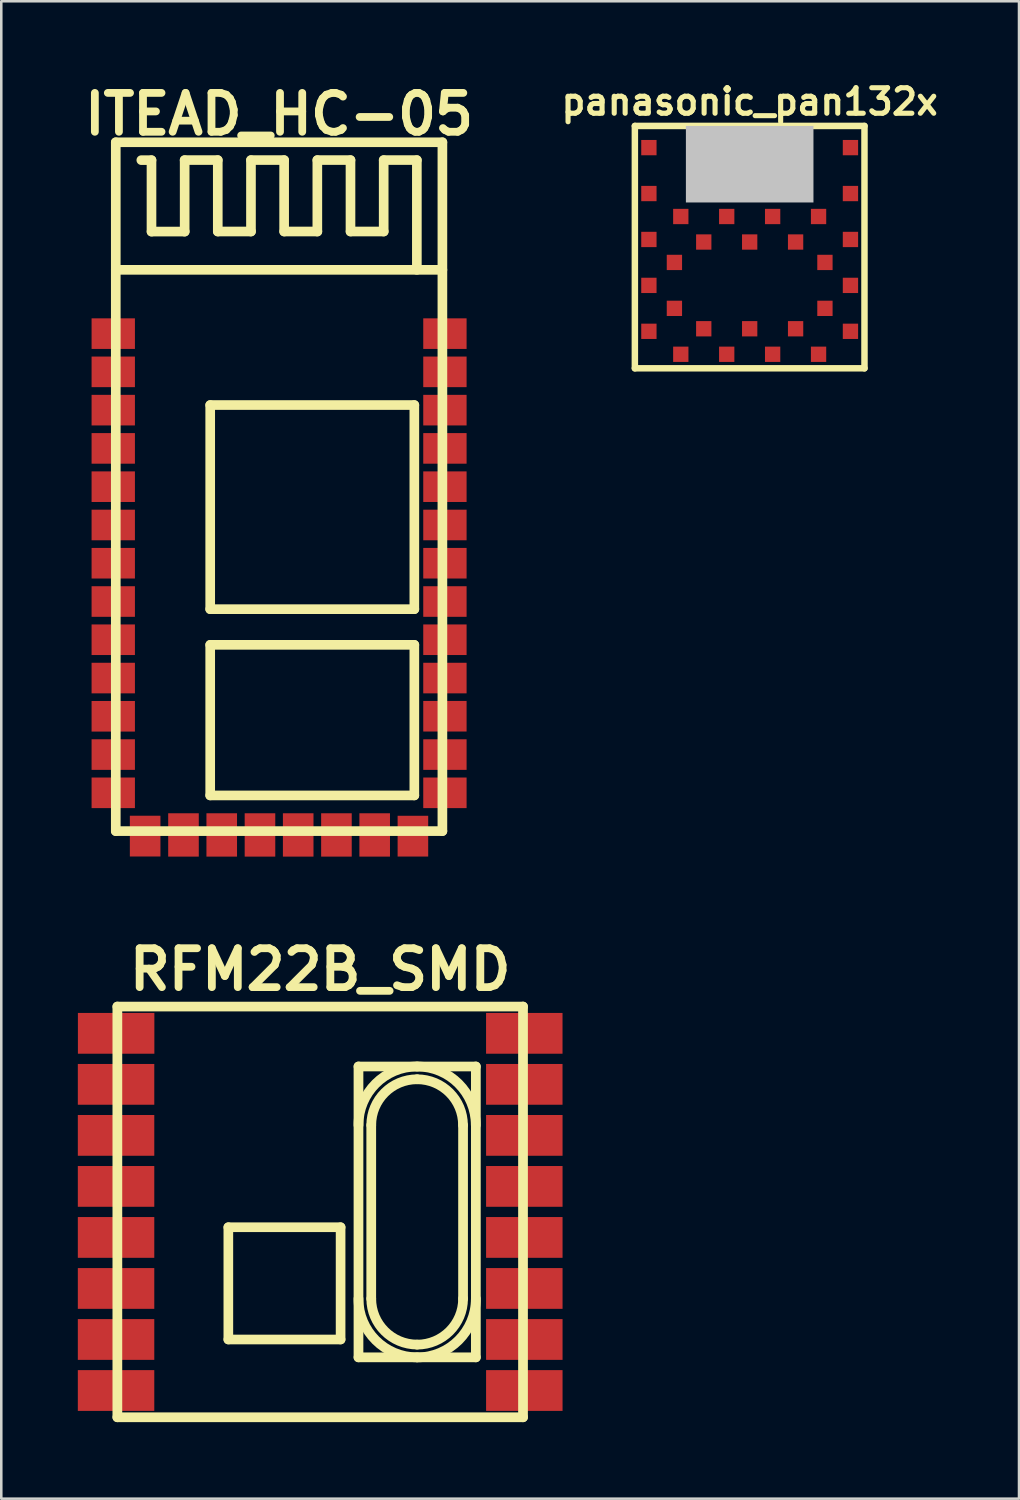
<source format=kicad_pcb>
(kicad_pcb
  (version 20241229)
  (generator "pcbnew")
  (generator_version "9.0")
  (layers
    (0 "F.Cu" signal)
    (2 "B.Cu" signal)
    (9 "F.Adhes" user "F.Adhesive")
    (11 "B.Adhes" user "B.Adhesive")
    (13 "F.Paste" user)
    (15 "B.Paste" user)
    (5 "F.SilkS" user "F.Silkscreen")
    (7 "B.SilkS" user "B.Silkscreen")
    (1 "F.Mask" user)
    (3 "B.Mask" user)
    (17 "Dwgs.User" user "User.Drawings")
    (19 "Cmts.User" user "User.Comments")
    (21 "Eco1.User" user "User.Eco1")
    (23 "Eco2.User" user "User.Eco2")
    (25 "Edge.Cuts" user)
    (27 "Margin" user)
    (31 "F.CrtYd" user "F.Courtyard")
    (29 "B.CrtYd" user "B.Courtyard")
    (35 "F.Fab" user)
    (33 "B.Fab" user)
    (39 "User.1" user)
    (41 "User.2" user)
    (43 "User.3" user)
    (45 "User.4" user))
  (footprint "RFM22B_SMD"
    (layer "F.Cu")
    (at 9.5 44.452)
    (property "Reference" "RFM22B_SMD" (at 0 -9.5 0) (layer "F.SilkS") (effects (font (size 1.524 1.524) (thickness 0.305))))
    (attr through_hole)
    (fp_line (start -7.95 -8.049) (end 7.95 -8.049) (stroke (width 0.381) (type solid)) (layer "F.SilkS"))
    (fp_line (start -7.95 8.049) (end -7.95 -8.049) (stroke (width 0.381) (type solid)) (layer "F.SilkS"))
    (fp_line (start -3.6 0.6) (end 0.8 0.6) (stroke (width 0.378) (type solid)) (layer "F.SilkS"))
    (fp_line (start -3.6 5) (end -3.6 0.6) (stroke (width 0.378) (type solid)) (layer "F.SilkS"))
    (fp_line (start 0.8 0.6) (end 0.8 5) (stroke (width 0.378) (type solid)) (layer "F.SilkS"))
    (fp_line (start 0.8 5) (end -3.6 5) (stroke (width 0.378) (type solid)) (layer "F.SilkS"))
    (fp_line (start 1.501 -5.7) (end 6.101 -5.7) (stroke (width 0.381) (type solid)) (layer "F.SilkS"))
    (fp_line (start 1.501 5.7) (end 1.501 -5.7) (stroke (width 0.381) (type solid)) (layer "F.SilkS"))
    (fp_line (start 2.001 3.401) (end 2.001 -3.401) (stroke (width 0.381) (type solid)) (layer "F.SilkS"))
    (fp_line (start 5.6 -3.401) (end 5.6 3.401) (stroke (width 0.381) (type solid)) (layer "F.SilkS"))
    (fp_line (start 6.101 -5.7) (end 6.101 5.7) (stroke (width 0.381) (type solid)) (layer "F.SilkS"))
    (fp_line (start 6.101 5.7) (end 1.501 5.7) (stroke (width 0.381) (type solid)) (layer "F.SilkS"))
    (fp_line (start 7.95 -8.049) (end 7.95 8.049) (stroke (width 0.381) (type solid)) (layer "F.SilkS"))
    (fp_line (start 7.95 8.049) (end -7.95 8.049) (stroke (width 0.381) (type solid)) (layer "F.SilkS"))
    (fp_arc (start 1.5008 -3.40106) (mid 2.174074 -5.026486) (end 3.7995 -5.69976) (stroke (width 0.381) (type solid)) (layer "F.SilkS"))
    (fp_arc (start 2.00118 -3.40106) (mid 2.527896 -4.672664) (end 3.7995 -5.19938) (stroke (width 0.381) (type solid)) (layer "F.SilkS"))
    (fp_arc (start 3.7995 -5.69976) (mid 5.424926 -5.026486) (end 6.0982 -3.40106) (stroke (width 0.381) (type solid)) (layer "F.SilkS"))
    (fp_arc (start 3.7995 -5.19938) (mid 5.071104 -4.672664) (end 5.59782 -3.40106) (stroke (width 0.381) (type solid)) (layer "F.SilkS"))
    (fp_arc (start 3.7995 5.19938) (mid 2.527896 4.672664) (end 2.00118 3.40106) (stroke (width 0.381) (type solid)) (layer "F.SilkS"))
    (fp_arc (start 3.7995 5.69976) (mid 2.174074 5.026486) (end 1.5008 3.40106) (stroke (width 0.381) (type solid)) (layer "F.SilkS"))
    (fp_arc (start 5.60036 3.40106) (mid 5.0729 4.67446) (end 3.7995 5.20192) (stroke (width 0.381) (type solid)) (layer "F.SilkS"))
    (fp_arc (start 6.10074 3.40106) (mid 5.426722 5.028282) (end 3.7995 5.7023) (stroke (width 0.381) (type solid)) (layer "F.SilkS"))
    (pad "1" smd rect (at -7.998 -7) (size 2.997 1.598) (layers "F.Cu" "F.Mask" "F.Paste"))
    (pad "2" smd rect (at -8.001 -5) (size 2.997 1.598) (layers "F.Cu" "F.Mask" "F.Paste"))
    (pad "3" smd rect (at -8.001 -3) (size 2.997 1.598) (layers "F.Cu" "F.Mask" "F.Paste"))
    (pad "4" smd rect (at -8.001 -1) (size 2.997 1.598) (layers "F.Cu" "F.Mask" "F.Paste"))
    (pad "5" smd rect (at -8.001 1) (size 2.997 1.598) (layers "F.Cu" "F.Mask" "F.Paste"))
    (pad "6" smd rect (at -8.001 3) (size 2.997 1.598) (layers "F.Cu" "F.Mask" "F.Paste"))
    (pad "7" smd rect (at -8.001 5) (size 2.997 1.598) (layers "F.Cu" "F.Mask" "F.Paste"))
    (pad "8" smd rect (at -8.001 7) (size 2.997 1.598) (layers "F.Cu" "F.Mask" "F.Paste"))
    (pad "9" smd rect (at 8.001 7) (size 2.997 1.598) (layers "F.Cu" "F.Mask" "F.Paste"))
    (pad "10" smd rect (at 8.001 5) (size 2.997 1.598) (layers "F.Cu" "F.Mask" "F.Paste"))
    (pad "11" smd rect (at 8.001 3) (size 2.997 1.598) (layers "F.Cu" "F.Mask" "F.Paste"))
    (pad "12" smd rect (at 8.001 1) (size 2.997 1.598) (layers "F.Cu" "F.Mask" "F.Paste"))
    (pad "13" smd rect (at 8.001 -1) (size 2.997 1.598) (layers "F.Cu" "F.Mask" "F.Paste"))
    (pad "14" smd rect (at 8.001 -3) (size 2.997 1.598) (layers "F.Cu" "F.Mask" "F.Paste"))
    (pad "15" smd rect (at 8 -5) (size 2.997 1.598) (layers "F.Cu" "F.Mask" "F.Paste"))
    (pad "16" smd rect (at 8 -7) (size 2.997 1.598) (layers "F.Cu" "F.Mask" "F.Paste")))
  (footprint "ITEAD_HC-05"
    (layer "F.Cu")
    (at 7.889 16.026)
    (property "Reference" "ITEAD_HC-05" (at 0 -14.6 0) (layer "F.SilkS") (effects (font (size 1.524 1.524) (thickness 0.305))))
    (attr through_hole)
    (fp_line (start -6.401 -13.5) (end 6.401 -13.5) (stroke (width 0.378) (type solid)) (layer "F.SilkS"))
    (fp_line (start -6.401 13.5) (end -6.401 -13.5) (stroke (width 0.378) (type solid)) (layer "F.SilkS"))
    (fp_line (start -5.001 -12.799) (end -5.4 -12.799) (stroke (width 0.378) (type solid)) (layer "F.SilkS"))
    (fp_line (start -5.001 -12.797) (end -5.001 -9.997) (stroke (width 0.378) (type solid)) (layer "F.SilkS"))
    (fp_line (start -3.701 -12.797) (end -3.701 -9.997) (stroke (width 0.378) (type solid)) (layer "F.SilkS"))
    (fp_line (start -3.698 -10) (end -4.999 -10) (stroke (width 0.378) (type solid)) (layer "F.SilkS"))
    (fp_line (start -2.7 -3.2) (end 5.301 -3.2) (stroke (width 0.378) (type solid)) (layer "F.SilkS"))
    (fp_line (start -2.7 4.801) (end -2.7 -3.2) (stroke (width 0.378) (type solid)) (layer "F.SilkS"))
    (fp_line (start -2.7 6.198) (end 5.301 6.198) (stroke (width 0.378) (type solid)) (layer "F.SilkS"))
    (fp_line (start -2.7 12.101) (end -2.7 6.2) (stroke (width 0.378) (type solid)) (layer "F.SilkS"))
    (fp_line (start -2.403 -12.802) (end -3.703 -12.802) (stroke (width 0.378) (type solid)) (layer "F.SilkS"))
    (fp_line (start -2.403 -12.799) (end -2.403 -10) (stroke (width 0.378) (type solid)) (layer "F.SilkS"))
    (fp_line (start -1.102 -12.799) (end -1.102 -10) (stroke (width 0.378) (type solid)) (layer "F.SilkS"))
    (fp_line (start -1.1 -10.003) (end -2.4 -10.003) (stroke (width 0.378) (type solid)) (layer "F.SilkS"))
    (fp_line (start 0.198 -12.802) (end -1.102 -12.802) (stroke (width 0.378) (type solid)) (layer "F.SilkS"))
    (fp_line (start 0.198 -12.799) (end 0.198 -10) (stroke (width 0.378) (type solid)) (layer "F.SilkS"))
    (fp_line (start 1.499 -12.799) (end 1.499 -10) (stroke (width 0.378) (type solid)) (layer "F.SilkS"))
    (fp_line (start 1.501 -10.003) (end 0.201 -10.003) (stroke (width 0.378) (type solid)) (layer "F.SilkS"))
    (fp_line (start 2.799 -12.802) (end 1.499 -12.802) (stroke (width 0.378) (type solid)) (layer "F.SilkS"))
    (fp_line (start 2.799 -12.799) (end 2.799 -10) (stroke (width 0.378) (type solid)) (layer "F.SilkS"))
    (fp_line (start 4.1 -12.799) (end 4.1 -10) (stroke (width 0.378) (type solid)) (layer "F.SilkS"))
    (fp_line (start 4.102 -10.003) (end 2.802 -10.003) (stroke (width 0.378) (type solid)) (layer "F.SilkS"))
    (fp_line (start 5.301 -3.2) (end 5.301 4.801) (stroke (width 0.378) (type solid)) (layer "F.SilkS"))
    (fp_line (start 5.301 4.801) (end -2.7 4.801) (stroke (width 0.378) (type solid)) (layer "F.SilkS"))
    (fp_line (start 5.301 6.2) (end 5.301 12.101) (stroke (width 0.378) (type solid)) (layer "F.SilkS"))
    (fp_line (start 5.301 12.101) (end -2.7 12.101) (stroke (width 0.378) (type solid)) (layer "F.SilkS"))
    (fp_line (start 5.4 -12.802) (end 4.1 -12.802) (stroke (width 0.378) (type solid)) (layer "F.SilkS"))
    (fp_line (start 5.4 -12.799) (end 5.4 -8.499) (stroke (width 0.378) (type solid)) (layer "F.SilkS"))
    (fp_line (start 6.401 -13.5) (end 6.401 13.5) (stroke (width 0.378) (type solid)) (layer "F.SilkS"))
    (fp_line (start 6.401 -8.499) (end -6.401 -8.499) (stroke (width 0.378) (type solid)) (layer "F.SilkS"))
    (fp_line (start 6.401 13.5) (end -6.401 13.5) (stroke (width 0.378) (type solid)) (layer "F.SilkS"))
    (pad "1" smd rect (at -6.5 -5.999) (size 1.699 1.199) (layers "F.Cu" "F.Mask" "F.Paste"))
    (pad "2" smd rect (at -6.5 -4.501) (size 1.699 1.199) (layers "F.Cu" "F.Mask" "F.Paste"))
    (pad "3" smd rect (at -6.5 -3) (size 1.699 1.199) (layers "F.Cu" "F.Mask" "F.Paste"))
    (pad "4" smd rect (at -6.5 -1.501) (size 1.699 1.199) (layers "F.Cu" "F.Mask" "F.Paste"))
    (pad "5" smd rect (at -6.5 0) (size 1.699 1.199) (layers "F.Cu" "F.Mask" "F.Paste"))
    (pad "6" smd rect (at -6.5 1.501) (size 1.699 1.199) (layers "F.Cu" "F.Mask" "F.Paste"))
    (pad "7" smd rect (at -6.5 3) (size 1.699 1.199) (layers "F.Cu" "F.Mask" "F.Paste"))
    (pad "8" smd rect (at -6.5 4.501) (size 1.699 1.199) (layers "F.Cu" "F.Mask" "F.Paste"))
    (pad "9" smd rect (at -6.5 5.999) (size 1.699 1.199) (layers "F.Cu" "F.Mask" "F.Paste"))
    (pad "10" smd rect (at -6.5 7.501) (size 1.699 1.199) (layers "F.Cu" "F.Mask" "F.Paste"))
    (pad "11" smd rect (at -6.5 8.999) (size 1.699 1.199) (layers "F.Cu" "F.Mask" "F.Paste"))
    (pad "12" smd rect (at -6.5 10.5) (size 1.699 1.199) (layers "F.Cu" "F.Mask" "F.Paste"))
    (pad "13" smd rect (at -6.5 11.999) (size 1.699 1.199) (layers "F.Cu" "F.Mask" "F.Paste"))
    (pad "14" smd rect (at -5.25 13.696) (size 1.199 1.598) (layers "F.Cu" "F.Mask" "F.Paste"))
    (pad "15" smd rect (at -3.747 13.65) (size 1.199 1.699) (layers "F.Cu" "F.Mask" "F.Paste"))
    (pad "16" smd rect (at -2.248 13.65) (size 1.199 1.699) (layers "F.Cu" "F.Mask" "F.Paste"))
    (pad "17" smd rect (at -0.749 13.65) (size 1.199 1.699) (layers "F.Cu" "F.Mask" "F.Paste"))
    (pad "18" smd rect (at 0.749 13.65) (size 1.199 1.699) (layers "F.Cu" "F.Mask" "F.Paste"))
    (pad "19" smd rect (at 2.248 13.65) (size 1.199 1.699) (layers "F.Cu" "F.Mask" "F.Paste"))
    (pad "20" smd rect (at 3.747 13.65) (size 1.199 1.699) (layers "F.Cu" "F.Mask" "F.Paste"))
    (pad "21" smd rect (at 5.245 13.698) (size 1.199 1.598) (layers "F.Cu" "F.Mask" "F.Paste"))
    (pad "22" smd rect (at 6.5 11.999) (size 1.699 1.199) (layers "F.Cu" "F.Mask" "F.Paste"))
    (pad "23" smd rect (at 6.5 10.5) (size 1.699 1.199) (layers "F.Cu" "F.Mask" "F.Paste"))
    (pad "24" smd rect (at 6.5 8.997) (size 1.699 1.199) (layers "F.Cu" "F.Mask" "F.Paste"))
    (pad "25" smd rect (at 6.5 7.501) (size 1.699 1.199) (layers "F.Cu" "F.Mask" "F.Paste"))
    (pad "26" smd rect (at 6.5 5.999) (size 1.699 1.199) (layers "F.Cu" "F.Mask" "F.Paste"))
    (pad "27" smd rect (at 6.5 4.501) (size 1.699 1.199) (layers "F.Cu" "F.Mask" "F.Paste"))
    (pad "28" smd rect (at 6.5 3) (size 1.699 1.199) (layers "F.Cu" "F.Mask" "F.Paste"))
    (pad "29" smd rect (at 6.5 1.501) (size 1.699 1.199) (layers "F.Cu" "F.Mask" "F.Paste"))
    (pad "30" smd rect (at 6.5 0) (size 1.699 1.199) (layers "F.Cu" "F.Mask" "F.Paste"))
    (pad "31" smd rect (at 6.5 -1.501) (size 1.699 1.199) (layers "F.Cu" "F.Mask" "F.Paste"))
    (pad "32" smd rect (at 6.5 -3) (size 1.699 1.199) (layers "F.Cu" "F.Mask" "F.Paste"))
    (pad "33" smd rect (at 6.5 -4.501) (size 1.699 1.199) (layers "F.Cu" "F.Mask" "F.Paste"))
    (pad "34" smd rect (at 6.5 -5.999) (size 1.699 1.199) (layers "F.Cu" "F.Mask" "F.Paste")))
  (footprint "panasonic_pan132x"
    (layer "F.Cu")
    (at 26.334 8.136)
    (property "Reference" "panasonic_pan132x" (at 0 -7.2 0) (layer "F.SilkS") (effects (font (size 1 1) (thickness 0.2))))
    (attr through_hole)
    (fp_line (start -4.5 -6.25) (end -4.5 3.25) (stroke (width 0.254) (type solid)) (layer "F.SilkS"))
    (fp_line (start -4.5 -6.25) (end 4.5 -6.25) (stroke (width 0.254) (type solid)) (layer "F.SilkS"))
    (fp_line (start -4.5 3.25) (end 4.5 3.25) (stroke (width 0.254) (type solid)) (layer "F.SilkS"))
    (fp_line (start 4.5 -6.25) (end 4.5 3.25) (stroke (width 0.254) (type solid)) (layer "F.SilkS"))
    (pad "" smd rect (at 0 -4.75) (size 5 3) (layers "Dwgs.User"))
    (pad "1" smd rect (at -2.7 2.7) (size 0.6 0.6) (layers "F.Cu" "F.Mask" "F.Paste"))
    (pad "2" smd rect (at -1.8 1.7) (size 0.6 0.6) (layers "F.Cu" "F.Mask" "F.Paste"))
    (pad "3" smd rect (at -0.9 2.7) (size 0.6 0.6) (layers "F.Cu" "F.Mask" "F.Paste"))
    (pad "4" smd rect (at 0 1.7) (size 0.6 0.6) (layers "F.Cu" "F.Mask" "F.Paste"))
    (pad "5" smd rect (at 0.9 2.7) (size 0.6 0.6) (layers "F.Cu" "F.Mask" "F.Paste"))
    (pad "6" smd rect (at 1.8 1.7) (size 0.6 0.6) (layers "F.Cu" "F.Mask" "F.Paste"))
    (pad "7" smd rect (at 2.7 2.7) (size 0.6 0.6) (layers "F.Cu" "F.Mask" "F.Paste"))
    (pad "8" smd rect (at 3.95 1.8) (size 0.6 0.6) (layers "F.Cu" "F.Mask" "F.Paste"))
    (pad "9" smd rect (at 2.95 0.9) (size 0.6 0.6) (layers "F.Cu" "F.Mask" "F.Paste"))
    (pad "10" smd rect (at 3.95 0) (size 0.6 0.6) (layers "F.Cu" "F.Mask" "F.Paste"))
    (pad "11" smd rect (at 2.95 -0.9) (size 0.6 0.6) (layers "F.Cu" "F.Mask" "F.Paste"))
    (pad "12" smd rect (at 3.95 -1.8) (size 0.6 0.6) (layers "F.Cu" "F.Mask" "F.Paste"))
    (pad "13" smd rect (at 2.7 -2.7) (size 0.6 0.6) (layers "F.Cu" "F.Mask" "F.Paste"))
    (pad "14" smd rect (at 1.8 -1.7) (size 0.6 0.6) (layers "F.Cu" "F.Mask" "F.Paste"))
    (pad "15" smd rect (at 0.9 -2.7) (size 0.6 0.6) (layers "F.Cu" "F.Mask" "F.Paste"))
    (pad "16" smd rect (at 0 -1.7) (size 0.6 0.6) (layers "F.Cu" "F.Mask" "F.Paste"))
    (pad "17" smd rect (at -0.9 -2.7) (size 0.6 0.6) (layers "F.Cu" "F.Mask" "F.Paste"))
    (pad "18" smd rect (at -1.8 -1.7) (size 0.6 0.6) (layers "F.Cu" "F.Mask" "F.Paste"))
    (pad "19" smd rect (at -2.7 -2.7) (size 0.6 0.6) (layers "F.Cu" "F.Mask" "F.Paste"))
    (pad "20" smd rect (at -3.95 -1.8) (size 0.6 0.6) (layers "F.Cu" "F.Mask" "F.Paste"))
    (pad "21" smd rect (at -2.95 -0.9) (size 0.6 0.6) (layers "F.Cu" "F.Mask" "F.Paste"))
    (pad "22" smd rect (at -3.95 0) (size 0.6 0.6) (layers "F.Cu" "F.Mask" "F.Paste"))
    (pad "23" smd rect (at -2.95 0.9) (size 0.6 0.6) (layers "F.Cu" "F.Mask" "F.Paste"))
    (pad "24" smd rect (at -3.95 1.8) (size 0.6 0.6) (layers "F.Cu" "F.Mask" "F.Paste"))
    (pad "A" smd rect (at -3.95 -3.6) (size 0.6 0.6) (layers "F.Cu" "F.Mask" "F.Paste"))
    (pad "B" smd rect (at 3.95 -3.6) (size 0.6 0.6) (layers "F.Cu" "F.Mask" "F.Paste"))
    (pad "C" smd rect (at -3.95 -5.4) (size 0.6 0.6) (layers "F.Cu" "F.Mask" "F.Paste"))
    (pad "D" smd rect (at 3.95 -5.4) (size 0.6 0.6) (layers "F.Cu" "F.Mask" "F.Paste")))
  (gr_rect
    (start -3 -3)
    (end 36.891 55.692)
    (stroke (width 0.1) (type default))
    (fill no)
    (layer "Edge.Cuts")))
</source>
